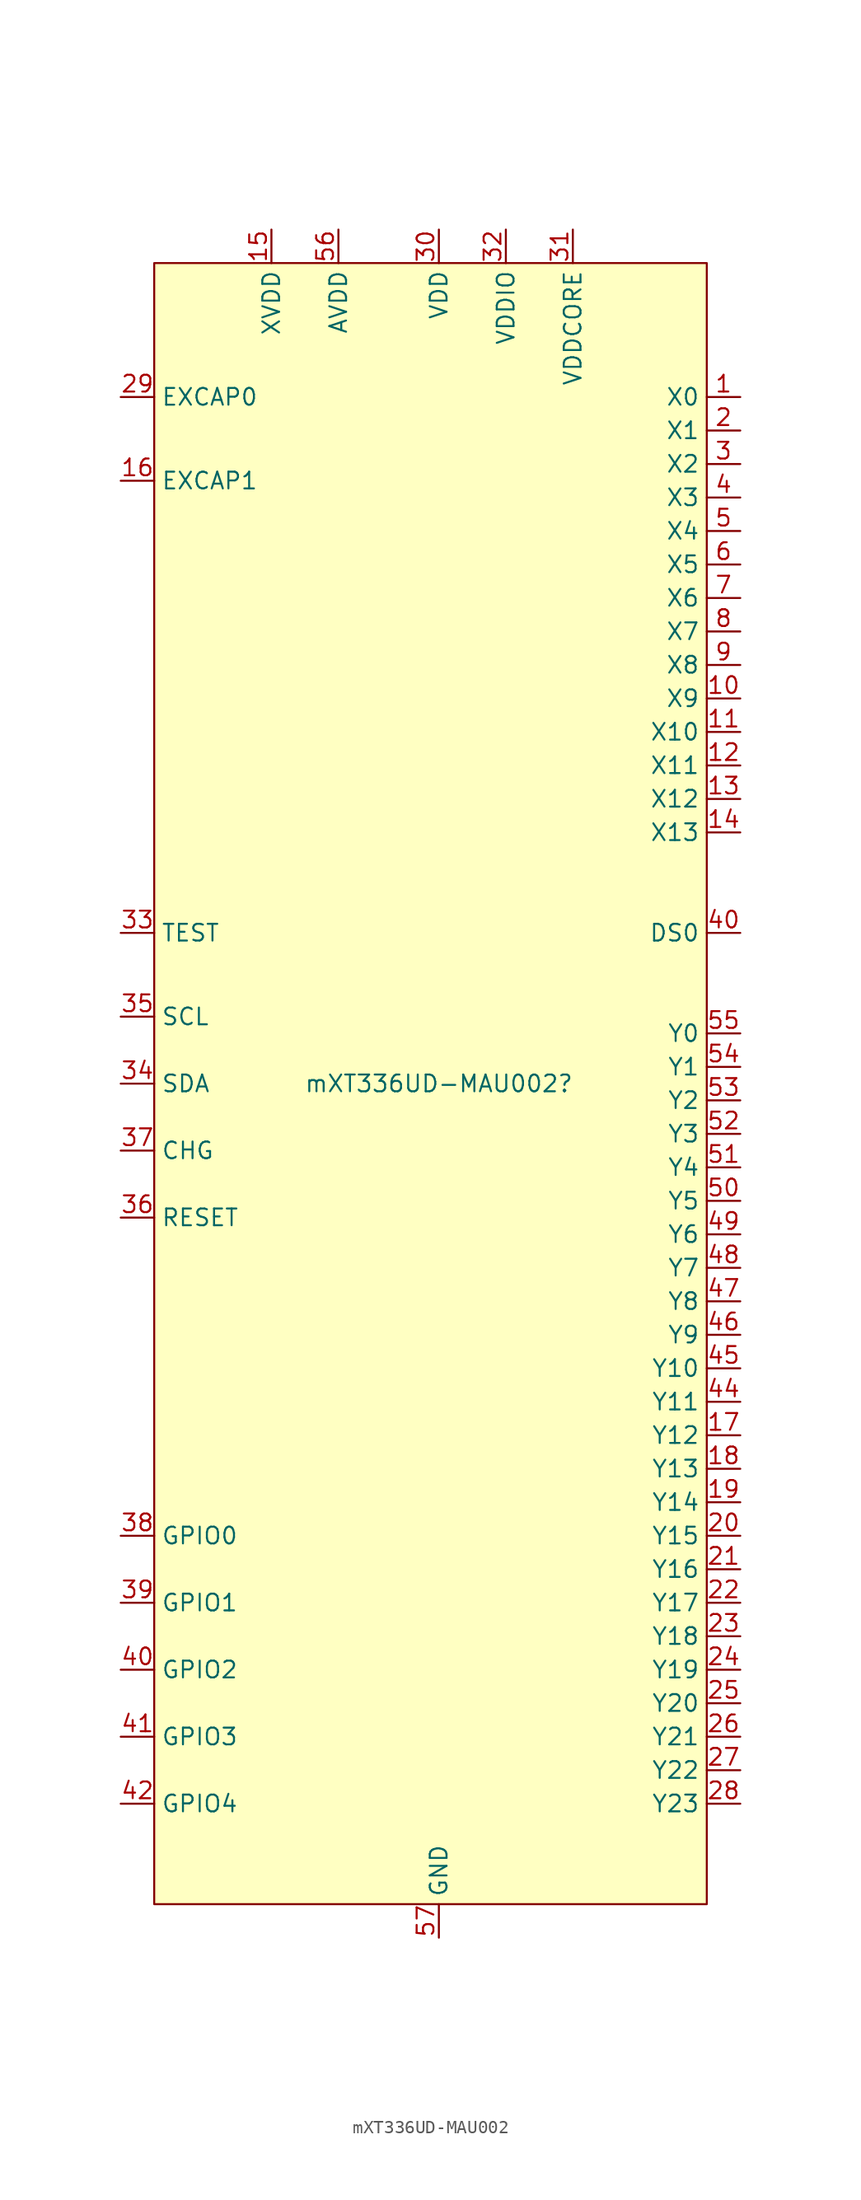
<source format=kicad_sym>
(kicad_symbol_lib
  (version 20220914)
  (generator kicad_symbol_editor)
  (symbol "mXT336UD-MAU002"
    (property "Reference" "mXT336UD-MAU002"
      (at 0 0 0)
      (effects (font (size 1.27 1.27))))
    (property "Value" ""
      (at 13.97 45.72 0)
      (effects (font (size 1.27 1.27))))
    (symbol "mXT336UD-MAU002_1_1"
      (rectangle (start -21.59 62.23) (end 20.32 -62.23) (stroke (width 0) (type default)) (fill (type background)))
      (pin passive line (at 22.86 52.07 180) (length 2.54) (name "X0" (effects (font (size 1.27 1.27)))) (number "1" (effects (font (size 1.27 1.27)))))
      (pin passive line (at 22.86 29.21 180) (length 2.54) (name "X9" (effects (font (size 1.27 1.27)))) (number "10" (effects (font (size 1.27 1.27)))))
      (pin passive line (at 22.86 26.67 180) (length 2.54) (name "X10" (effects (font (size 1.27 1.27)))) (number "11" (effects (font (size 1.27 1.27)))))
      (pin passive line (at 22.86 24.13 180) (length 2.54) (name "X11" (effects (font (size 1.27 1.27)))) (number "12" (effects (font (size 1.27 1.27)))))
      (pin passive line (at 22.86 21.59 180) (length 2.54) (name "X12" (effects (font (size 1.27 1.27)))) (number "13" (effects (font (size 1.27 1.27)))))
      (pin passive line (at 22.86 19.05 180) (length 2.54) (name "X13" (effects (font (size 1.27 1.27)))) (number "14" (effects (font (size 1.27 1.27)))))
      (pin power_in line (at -12.7 64.77 270) (length 2.54) (name "XVDD" (effects (font (size 1.27 1.27)))) (number "15" (effects (font (size 1.27 1.27)))))
      (pin power_in line (at -24.13 45.72 0) (length 2.54) (name "EXCAP1" (effects (font (size 1.27 1.27)))) (number "16" (effects (font (size 1.27 1.27)))))
      (pin passive line (at 22.86 -26.67 180) (length 2.54) (name "Y12" (effects (font (size 1.27 1.27)))) (number "17" (effects (font (size 1.27 1.27)))))
      (pin passive line (at 22.86 -29.21 180) (length 2.54) (name "Y13" (effects (font (size 1.27 1.27)))) (number "18" (effects (font (size 1.27 1.27)))))
      (pin passive line (at 22.86 -31.75 180) (length 2.54) (name "Y14" (effects (font (size 1.27 1.27)))) (number "19" (effects (font (size 1.27 1.27)))))
      (pin passive line (at 22.86 49.53 180) (length 2.54) (name "X1" (effects (font (size 1.27 1.27)))) (number "2" (effects (font (size 1.27 1.27)))))
      (pin passive line (at 22.86 -34.29 180) (length 2.54) (name "Y15" (effects (font (size 1.27 1.27)))) (number "20" (effects (font (size 1.27 1.27)))))
      (pin passive line (at 22.86 -36.83 180) (length 2.54) (name "Y16" (effects (font (size 1.27 1.27)))) (number "21" (effects (font (size 1.27 1.27)))))
      (pin passive line (at 22.86 -39.37 180) (length 2.54) (name "Y17" (effects (font (size 1.27 1.27)))) (number "22" (effects (font (size 1.27 1.27)))))
      (pin passive line (at 22.86 -41.91 180) (length 2.54) (name "Y18" (effects (font (size 1.27 1.27)))) (number "23" (effects (font (size 1.27 1.27)))))
      (pin passive line (at 22.86 -44.45 180) (length 2.54) (name "Y19" (effects (font (size 1.27 1.27)))) (number "24" (effects (font (size 1.27 1.27)))))
      (pin passive line (at 22.86 -46.99 180) (length 2.54) (name "Y20" (effects (font (size 1.27 1.27)))) (number "25" (effects (font (size 1.27 1.27)))))
      (pin passive line (at 22.86 -49.53 180) (length 2.54) (name "Y21" (effects (font (size 1.27 1.27)))) (number "26" (effects (font (size 1.27 1.27)))))
      (pin passive line (at 22.86 -52.07 180) (length 2.54) (name "Y22" (effects (font (size 1.27 1.27)))) (number "27" (effects (font (size 1.27 1.27)))))
      (pin passive line (at 22.86 -54.61 180) (length 2.54) (name "Y23" (effects (font (size 1.27 1.27)))) (number "28" (effects (font (size 1.27 1.27)))))
      (pin power_in line (at -24.13 52.07 0) (length 2.54) (name "EXCAP0" (effects (font (size 1.27 1.27)))) (number "29" (effects (font (size 1.27 1.27)))))
      (pin passive line (at 22.86 46.99 180) (length 2.54) (name "X2" (effects (font (size 1.27 1.27)))) (number "3" (effects (font (size 1.27 1.27)))))
      (pin power_in line (at 0 64.77 270) (length 2.54) (name "VDD" (effects (font (size 1.27 1.27)))) (number "30" (effects (font (size 1.27 1.27)))))
      (pin power_in line (at 10.16 64.77 270) (length 2.54) (name "VDDCORE" (effects (font (size 1.27 1.27)))) (number "31" (effects (font (size 1.27 1.27)))))
      (pin power_in line (at 5.08 64.77 270) (length 2.54) (name "VDDIO" (effects (font (size 1.27 1.27)))) (number "32" (effects (font (size 1.27 1.27)))))
      (pin unspecified line (at -24.13 11.43 0) (length 2.54) (name "TEST" (effects (font (size 1.27 1.27)))) (number "33" (effects (font (size 1.27 1.27)))))
      (pin bidirectional line (at -24.13 0 0) (length 2.54) (name "SDA" (effects (font (size 1.27 1.27)))) (number "34" (effects (font (size 1.27 1.27)))))
      (pin input line (at -24.13 5.08 0) (length 2.54) (name "SCL" (effects (font (size 1.27 1.27)))) (number "35" (effects (font (size 1.27 1.27)))))
      (pin input line (at -24.13 -10.16 0) (length 2.54) (name "RESET" (effects (font (size 1.27 1.27)))) (number "36" (effects (font (size 1.27 1.27)))))
      (pin output line (at -24.13 -5.08 0) (length 2.54) (name "CHG" (effects (font (size 1.27 1.27)))) (number "37" (effects (font (size 1.27 1.27)))))
      (pin bidirectional line (at -24.13 -34.29 0) (length 2.54) (name "GPIO0" (effects (font (size 1.27 1.27)))) (number "38" (effects (font (size 1.27 1.27)))))
      (pin bidirectional line (at -24.13 -39.37 0) (length 2.54) (name "GPIO1" (effects (font (size 1.27 1.27)))) (number "39" (effects (font (size 1.27 1.27)))))
      (pin passive line (at 22.86 44.45 180) (length 2.54) (name "X3" (effects (font (size 1.27 1.27)))) (number "4" (effects (font (size 1.27 1.27)))))
      (pin output line (at 22.86 11.43 180) (length 2.54) (name "DS0" (effects (font (size 1.27 1.27)))) (number "40" (effects (font (size 1.27 1.27)))))
      (pin bidirectional line (at -24.13 -44.45 0) (length 2.54) (name "GPIO2" (effects (font (size 1.27 1.27)))) (number "40" (effects (font (size 1.27 1.27)))))
      (pin bidirectional line (at -24.13 -49.53 0) (length 2.54) (name "GPIO3" (effects (font (size 1.27 1.27)))) (number "41" (effects (font (size 1.27 1.27)))))
      (pin bidirectional line (at -24.13 -54.61 0) (length 2.54) (name "GPIO4" (effects (font (size 1.27 1.27)))) (number "42" (effects (font (size 1.27 1.27)))))
      (pin passive line (at 22.86 -24.13 180) (length 2.54) (name "Y11" (effects (font (size 1.27 1.27)))) (number "44" (effects (font (size 1.27 1.27)))))
      (pin passive line (at 22.86 -21.59 180) (length 2.54) (name "Y10" (effects (font (size 1.27 1.27)))) (number "45" (effects (font (size 1.27 1.27)))))
      (pin passive line (at 22.86 -19.05 180) (length 2.54) (name "Y9" (effects (font (size 1.27 1.27)))) (number "46" (effects (font (size 1.27 1.27)))))
      (pin passive line (at 22.86 -16.51 180) (length 2.54) (name "Y8" (effects (font (size 1.27 1.27)))) (number "47" (effects (font (size 1.27 1.27)))))
      (pin passive line (at 22.86 -13.97 180) (length 2.54) (name "Y7" (effects (font (size 1.27 1.27)))) (number "48" (effects (font (size 1.27 1.27)))))
      (pin passive line (at 22.86 -11.43 180) (length 2.54) (name "Y6" (effects (font (size 1.27 1.27)))) (number "49" (effects (font (size 1.27 1.27)))))
      (pin passive line (at 22.86 41.91 180) (length 2.54) (name "X4" (effects (font (size 1.27 1.27)))) (number "5" (effects (font (size 1.27 1.27)))))
      (pin passive line (at 22.86 -8.89 180) (length 2.54) (name "Y5" (effects (font (size 1.27 1.27)))) (number "50" (effects (font (size 1.27 1.27)))))
      (pin passive line (at 22.86 -6.35 180) (length 2.54) (name "Y4" (effects (font (size 1.27 1.27)))) (number "51" (effects (font (size 1.27 1.27)))))
      (pin passive line (at 22.86 -3.81 180) (length 2.54) (name "Y3" (effects (font (size 1.27 1.27)))) (number "52" (effects (font (size 1.27 1.27)))))
      (pin passive line (at 22.86 -1.27 180) (length 2.54) (name "Y2" (effects (font (size 1.27 1.27)))) (number "53" (effects (font (size 1.27 1.27)))))
      (pin passive line (at 22.86 1.27 180) (length 2.54) (name "Y1" (effects (font (size 1.27 1.27)))) (number "54" (effects (font (size 1.27 1.27)))))
      (pin passive line (at 22.86 3.81 180) (length 2.54) (name "Y0" (effects (font (size 1.27 1.27)))) (number "55" (effects (font (size 1.27 1.27)))))
      (pin power_in line (at -7.62 64.77 270) (length 2.54) (name "AVDD" (effects (font (size 1.27 1.27)))) (number "56" (effects (font (size 1.27 1.27)))))
      (pin power_in line (at 0 -64.77 90) (length 2.54) (name "GND" (effects (font (size 1.27 1.27)))) (number "57" (effects (font (size 1.27 1.27)))))
      (pin passive line (at 22.86 39.37 180) (length 2.54) (name "X5" (effects (font (size 1.27 1.27)))) (number "6" (effects (font (size 1.27 1.27)))))
      (pin passive line (at 22.86 36.83 180) (length 2.54) (name "X6" (effects (font (size 1.27 1.27)))) (number "7" (effects (font (size 1.27 1.27)))))
      (pin passive line (at 22.86 34.29 180) (length 2.54) (name "X7" (effects (font (size 1.27 1.27)))) (number "8" (effects (font (size 1.27 1.27)))))
      (pin passive line (at 22.86 31.75 180) (length 2.54) (name "X8" (effects (font (size 1.27 1.27)))) (number "9" (effects (font (size 1.27 1.27))))))))
</source>
